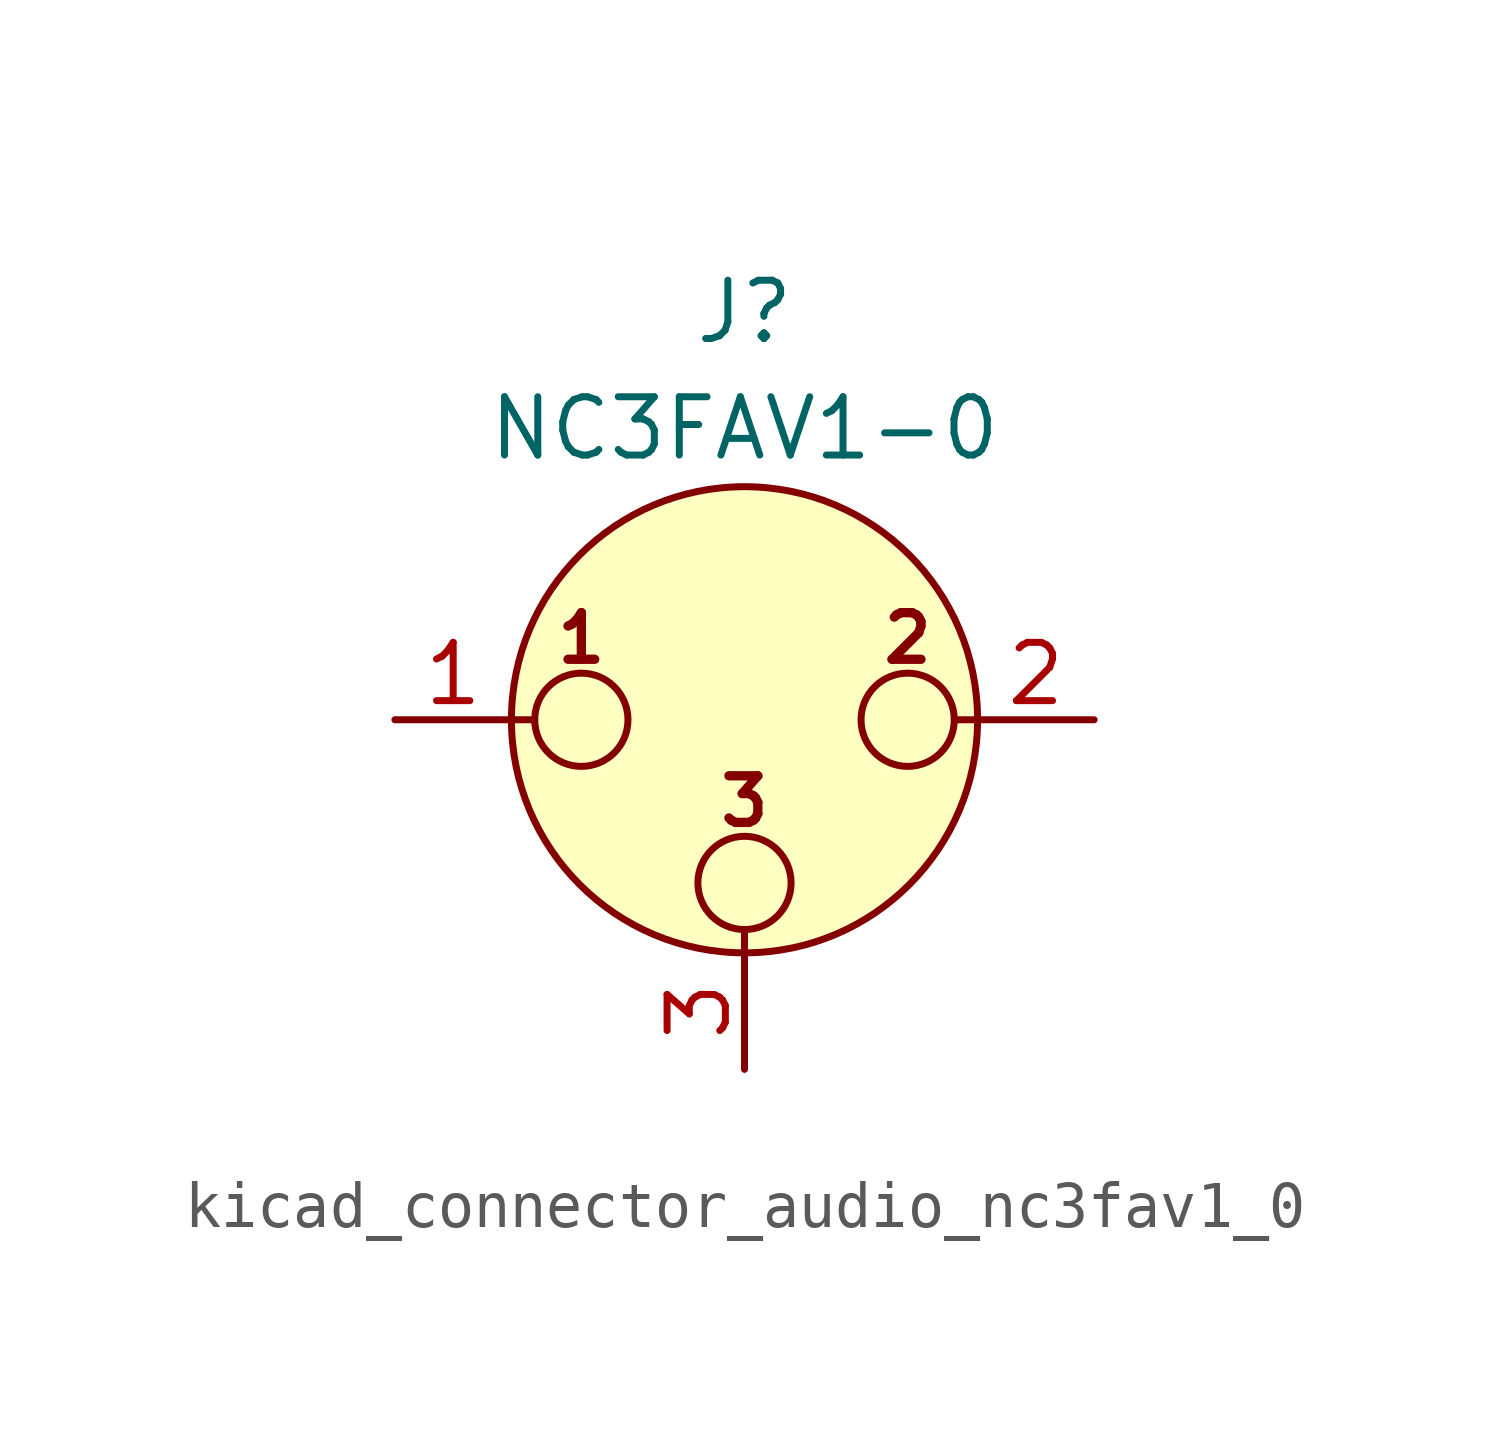
<source format=kicad_sym>
(kicad_symbol_lib
  (version 20220914)
  (generator kicad_symbol_editor)
  (symbol "kicad_connector_audio_nc3fav1_0"
    (pin_names hide)
    (property "Reference" "J"
      (at 0 8.89 0)
      (effects (font (size 1.27 1.27))))
    (property "Value" "NC3FAV1-0"
      (at 0 6.35 0)
      (effects (font (size 1.27 1.27))))
    (symbol "kicad_connector_audio_nc3fav1_0_0_1"
      (circle (center -3.556 0) (radius 1.016) (stroke (width 0) (type default)) (fill (type none)))
      (circle (center 0 -3.556) (radius 1.016) (stroke (width 0) (type default)) (fill (type none)))
      (polyline (pts (xy -5.08 0) (xy -4.572 0)) (stroke (width 0) (type default)) (fill (type none)))
      (polyline (pts (xy 0 -5.08) (xy 0 -4.572)) (stroke (width 0) (type default)) (fill (type none)))
      (polyline (pts (xy 5.08 0) (xy 4.572 0)) (stroke (width 0) (type default)) (fill (type none)))
      (circle (center 0 0) (radius 5.08) (stroke (width 0) (type default)) (fill (type background)))
      (circle (center 3.556 0) (radius 1.016) (stroke (width 0) (type default)) (fill (type none)))
      (text "1" (at -3.556 1.778 0) (effects (font (size 1.016 1.016) bold)))
      (text "2" (at 3.556 1.778 0) (effects (font (size 1.016 1.016) bold)))
      (text "3" (at 0 -1.778 0) (effects (font (size 1.016 1.016) bold)))
      (pin passive line (at -7.62 0 0) (length 2.54) (name "~" (effects (font (size 1.27 1.27)))) (number "1" (effects (font (size 1.27 1.27)))))
      (pin passive line (at 7.62 0 180) (length 2.54) (name "~" (effects (font (size 1.27 1.27)))) (number "2" (effects (font (size 1.27 1.27)))))
      (pin passive line (at 0 -7.62 90) (length 2.54) (name "~" (effects (font (size 1.27 1.27)))) (number "3" (effects (font (size 1.27 1.27))))))))
</source>
